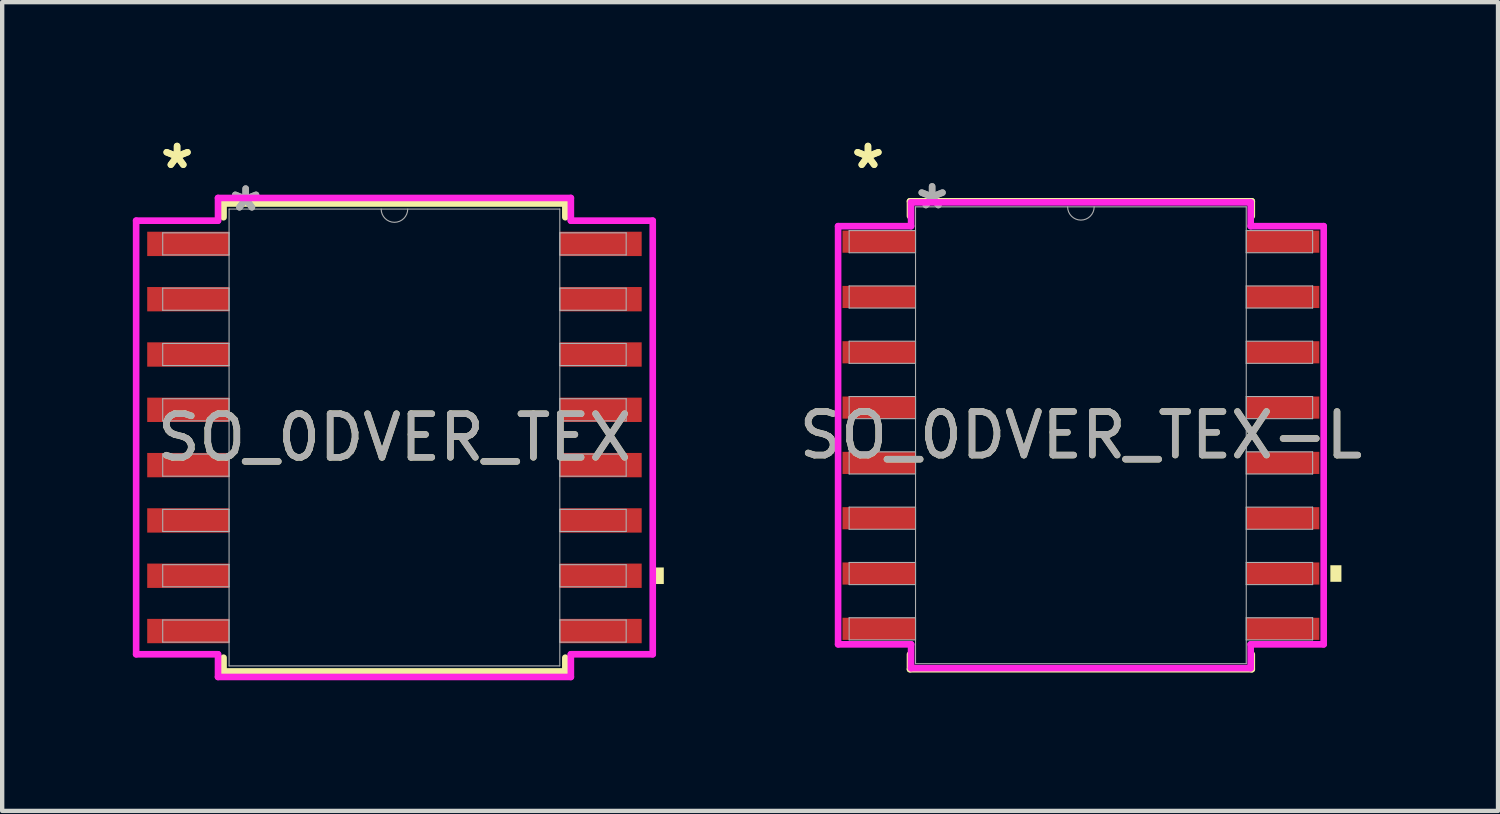
<source format=kicad_pcb>
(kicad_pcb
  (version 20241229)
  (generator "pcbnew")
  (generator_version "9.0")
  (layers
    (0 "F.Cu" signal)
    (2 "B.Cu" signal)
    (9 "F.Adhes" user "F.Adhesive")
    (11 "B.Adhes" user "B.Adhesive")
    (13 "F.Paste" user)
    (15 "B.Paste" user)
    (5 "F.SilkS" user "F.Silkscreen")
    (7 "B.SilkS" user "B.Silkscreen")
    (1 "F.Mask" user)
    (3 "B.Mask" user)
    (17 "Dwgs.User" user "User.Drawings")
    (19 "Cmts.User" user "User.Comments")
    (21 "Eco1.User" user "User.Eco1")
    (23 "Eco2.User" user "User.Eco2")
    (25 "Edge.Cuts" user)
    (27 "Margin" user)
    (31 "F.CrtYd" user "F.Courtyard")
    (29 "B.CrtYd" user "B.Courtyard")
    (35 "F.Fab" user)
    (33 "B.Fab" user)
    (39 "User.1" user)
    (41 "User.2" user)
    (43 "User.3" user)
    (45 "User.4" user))
  (footprint "SO_0DVER_TEX-L"
    (layer "F.Cu")
    (at 21.769 6.944)
    (property "Reference" "SO_0DVER_TEX-L" (at 0 0 0) (unlocked yes) (layer "F.SilkS") (effects (font (size 1 1) (thickness 0.15))))
    (attr smd)
    (fp_line (start -3.924 -5.372) (end -3.924 -5.032) (stroke (width 0.152) (type solid)) (layer "F.SilkS"))
    (fp_line (start -3.924 5.032) (end -3.924 5.372) (stroke (width 0.152) (type solid)) (layer "F.SilkS"))
    (fp_line (start -3.924 5.372) (end 3.924 5.372) (stroke (width 0.152) (type solid)) (layer "F.SilkS"))
    (fp_line (start 3.924 -5.372) (end -3.924 -5.372) (stroke (width 0.152) (type solid)) (layer "F.SilkS"))
    (fp_line (start 3.924 -5.032) (end 3.924 -5.372) (stroke (width 0.152) (type solid)) (layer "F.SilkS"))
    (fp_line (start 3.924 5.372) (end 3.924 5.032) (stroke (width 0.152) (type solid)) (layer "F.SilkS"))
    (fp_poly (pts (xy 5.982 2.985) (xy 5.982 3.365) (xy 5.728 3.365) (xy 5.728 2.985)) (stroke (width 0) (type solid)) (fill yes) (layer "F.SilkS"))
    (fp_line (start -5.575 -4.801) (end -3.899 -4.801) (stroke (width 0.152) (type solid)) (layer "F.CrtYd"))
    (fp_line (start -5.575 4.801) (end -5.575 -4.801) (stroke (width 0.152) (type solid)) (layer "F.CrtYd"))
    (fp_line (start -5.575 4.801) (end -3.899 4.801) (stroke (width 0.152) (type solid)) (layer "F.CrtYd"))
    (fp_line (start -3.899 -5.347) (end 3.899 -5.347) (stroke (width 0.152) (type solid)) (layer "F.CrtYd"))
    (fp_line (start -3.899 -4.801) (end -3.899 -5.347) (stroke (width 0.152) (type solid)) (layer "F.CrtYd"))
    (fp_line (start -3.899 5.347) (end -3.899 4.801) (stroke (width 0.152) (type solid)) (layer "F.CrtYd"))
    (fp_line (start 3.899 -5.347) (end 3.899 -4.801) (stroke (width 0.152) (type solid)) (layer "F.CrtYd"))
    (fp_line (start 3.899 4.801) (end 3.899 5.347) (stroke (width 0.152) (type solid)) (layer "F.CrtYd"))
    (fp_line (start 3.899 5.347) (end -3.899 5.347) (stroke (width 0.152) (type solid)) (layer "F.CrtYd"))
    (fp_line (start 5.575 -4.801) (end 3.899 -4.801) (stroke (width 0.152) (type solid)) (layer "F.CrtYd"))
    (fp_line (start 5.575 -4.801) (end 5.575 4.801) (stroke (width 0.152) (type solid)) (layer "F.CrtYd"))
    (fp_line (start 5.575 4.801) (end 3.899 4.801) (stroke (width 0.152) (type solid)) (layer "F.CrtYd"))
    (fp_line (start -5.321 -4.699) (end -5.321 -4.191) (stroke (width 0.025) (type solid)) (layer "F.Fab"))
    (fp_line (start -5.321 -4.191) (end -3.797 -4.191) (stroke (width 0.025) (type solid)) (layer "F.Fab"))
    (fp_line (start -5.321 -3.429) (end -5.321 -2.921) (stroke (width 0.025) (type solid)) (layer "F.Fab"))
    (fp_line (start -5.321 -2.921) (end -3.797 -2.921) (stroke (width 0.025) (type solid)) (layer "F.Fab"))
    (fp_line (start -5.321 -2.159) (end -5.321 -1.651) (stroke (width 0.025) (type solid)) (layer "F.Fab"))
    (fp_line (start -5.321 -1.651) (end -3.797 -1.651) (stroke (width 0.025) (type solid)) (layer "F.Fab"))
    (fp_line (start -5.321 -0.889) (end -5.321 -0.381) (stroke (width 0.025) (type solid)) (layer "F.Fab"))
    (fp_line (start -5.321 -0.381) (end -3.797 -0.381) (stroke (width 0.025) (type solid)) (layer "F.Fab"))
    (fp_line (start -5.321 0.381) (end -5.321 0.889) (stroke (width 0.025) (type solid)) (layer "F.Fab"))
    (fp_line (start -5.321 0.889) (end -3.797 0.889) (stroke (width 0.025) (type solid)) (layer "F.Fab"))
    (fp_line (start -5.321 1.651) (end -5.321 2.159) (stroke (width 0.025) (type solid)) (layer "F.Fab"))
    (fp_line (start -5.321 2.159) (end -3.797 2.159) (stroke (width 0.025) (type solid)) (layer "F.Fab"))
    (fp_line (start -5.321 2.921) (end -5.321 3.429) (stroke (width 0.025) (type solid)) (layer "F.Fab"))
    (fp_line (start -5.321 3.429) (end -3.797 3.429) (stroke (width 0.025) (type solid)) (layer "F.Fab"))
    (fp_line (start -5.321 4.191) (end -5.321 4.699) (stroke (width 0.025) (type solid)) (layer "F.Fab"))
    (fp_line (start -5.321 4.699) (end -3.797 4.699) (stroke (width 0.025) (type solid)) (layer "F.Fab"))
    (fp_line (start -3.797 -5.245) (end -3.797 5.245) (stroke (width 0.025) (type solid)) (layer "F.Fab"))
    (fp_line (start -3.797 -4.699) (end -5.321 -4.699) (stroke (width 0.025) (type solid)) (layer "F.Fab"))
    (fp_line (start -3.797 -4.191) (end -3.797 -4.699) (stroke (width 0.025) (type solid)) (layer "F.Fab"))
    (fp_line (start -3.797 -3.429) (end -5.321 -3.429) (stroke (width 0.025) (type solid)) (layer "F.Fab"))
    (fp_line (start -3.797 -2.921) (end -3.797 -3.429) (stroke (width 0.025) (type solid)) (layer "F.Fab"))
    (fp_line (start -3.797 -2.159) (end -5.321 -2.159) (stroke (width 0.025) (type solid)) (layer "F.Fab"))
    (fp_line (start -3.797 -1.651) (end -3.797 -2.159) (stroke (width 0.025) (type solid)) (layer "F.Fab"))
    (fp_line (start -3.797 -0.889) (end -5.321 -0.889) (stroke (width 0.025) (type solid)) (layer "F.Fab"))
    (fp_line (start -3.797 -0.381) (end -3.797 -0.889) (stroke (width 0.025) (type solid)) (layer "F.Fab"))
    (fp_line (start -3.797 0.381) (end -5.321 0.381) (stroke (width 0.025) (type solid)) (layer "F.Fab"))
    (fp_line (start -3.797 0.889) (end -3.797 0.381) (stroke (width 0.025) (type solid)) (layer "F.Fab"))
    (fp_line (start -3.797 1.651) (end -5.321 1.651) (stroke (width 0.025) (type solid)) (layer "F.Fab"))
    (fp_line (start -3.797 2.159) (end -3.797 1.651) (stroke (width 0.025) (type solid)) (layer "F.Fab"))
    (fp_line (start -3.797 2.921) (end -5.321 2.921) (stroke (width 0.025) (type solid)) (layer "F.Fab"))
    (fp_line (start -3.797 3.429) (end -3.797 2.921) (stroke (width 0.025) (type solid)) (layer "F.Fab"))
    (fp_line (start -3.797 4.191) (end -5.321 4.191) (stroke (width 0.025) (type solid)) (layer "F.Fab"))
    (fp_line (start -3.797 4.699) (end -3.797 4.191) (stroke (width 0.025) (type solid)) (layer "F.Fab"))
    (fp_line (start -3.797 5.245) (end 3.797 5.245) (stroke (width 0.025) (type solid)) (layer "F.Fab"))
    (fp_line (start 3.797 -5.245) (end -3.797 -5.245) (stroke (width 0.025) (type solid)) (layer "F.Fab"))
    (fp_line (start 3.797 -4.699) (end 3.797 -4.191) (stroke (width 0.025) (type solid)) (layer "F.Fab"))
    (fp_line (start 3.797 -4.191) (end 5.321 -4.191) (stroke (width 0.025) (type solid)) (layer "F.Fab"))
    (fp_line (start 3.797 -3.429) (end 3.797 -2.921) (stroke (width 0.025) (type solid)) (layer "F.Fab"))
    (fp_line (start 3.797 -2.921) (end 5.321 -2.921) (stroke (width 0.025) (type solid)) (layer "F.Fab"))
    (fp_line (start 3.797 -2.159) (end 3.797 -1.651) (stroke (width 0.025) (type solid)) (layer "F.Fab"))
    (fp_line (start 3.797 -1.651) (end 5.321 -1.651) (stroke (width 0.025) (type solid)) (layer "F.Fab"))
    (fp_line (start 3.797 -0.889) (end 3.797 -0.381) (stroke (width 0.025) (type solid)) (layer "F.Fab"))
    (fp_line (start 3.797 -0.381) (end 5.321 -0.381) (stroke (width 0.025) (type solid)) (layer "F.Fab"))
    (fp_line (start 3.797 0.381) (end 3.797 0.889) (stroke (width 0.025) (type solid)) (layer "F.Fab"))
    (fp_line (start 3.797 0.889) (end 5.321 0.889) (stroke (width 0.025) (type solid)) (layer "F.Fab"))
    (fp_line (start 3.797 1.651) (end 3.797 2.159) (stroke (width 0.025) (type solid)) (layer "F.Fab"))
    (fp_line (start 3.797 2.159) (end 5.321 2.159) (stroke (width 0.025) (type solid)) (layer "F.Fab"))
    (fp_line (start 3.797 2.921) (end 3.797 3.429) (stroke (width 0.025) (type solid)) (layer "F.Fab"))
    (fp_line (start 3.797 3.429) (end 5.321 3.429) (stroke (width 0.025) (type solid)) (layer "F.Fab"))
    (fp_line (start 3.797 4.191) (end 3.797 4.699) (stroke (width 0.025) (type solid)) (layer "F.Fab"))
    (fp_line (start 3.797 4.699) (end 5.321 4.699) (stroke (width 0.025) (type solid)) (layer "F.Fab"))
    (fp_line (start 3.797 5.245) (end 3.797 -5.245) (stroke (width 0.025) (type solid)) (layer "F.Fab"))
    (fp_line (start 5.321 -4.699) (end 3.797 -4.699) (stroke (width 0.025) (type solid)) (layer "F.Fab"))
    (fp_line (start 5.321 -4.191) (end 5.321 -4.699) (stroke (width 0.025) (type solid)) (layer "F.Fab"))
    (fp_line (start 5.321 -3.429) (end 3.797 -3.429) (stroke (width 0.025) (type solid)) (layer "F.Fab"))
    (fp_line (start 5.321 -2.921) (end 5.321 -3.429) (stroke (width 0.025) (type solid)) (layer "F.Fab"))
    (fp_line (start 5.321 -2.159) (end 3.797 -2.159) (stroke (width 0.025) (type solid)) (layer "F.Fab"))
    (fp_line (start 5.321 -1.651) (end 5.321 -2.159) (stroke (width 0.025) (type solid)) (layer "F.Fab"))
    (fp_line (start 5.321 -0.889) (end 3.797 -0.889) (stroke (width 0.025) (type solid)) (layer "F.Fab"))
    (fp_line (start 5.321 -0.381) (end 5.321 -0.889) (stroke (width 0.025) (type solid)) (layer "F.Fab"))
    (fp_line (start 5.321 0.381) (end 3.797 0.381) (stroke (width 0.025) (type solid)) (layer "F.Fab"))
    (fp_line (start 5.321 0.889) (end 5.321 0.381) (stroke (width 0.025) (type solid)) (layer "F.Fab"))
    (fp_line (start 5.321 1.651) (end 3.797 1.651) (stroke (width 0.025) (type solid)) (layer "F.Fab"))
    (fp_line (start 5.321 2.159) (end 5.321 1.651) (stroke (width 0.025) (type solid)) (layer "F.Fab"))
    (fp_line (start 5.321 2.921) (end 3.797 2.921) (stroke (width 0.025) (type solid)) (layer "F.Fab"))
    (fp_line (start 5.321 3.429) (end 5.321 2.921) (stroke (width 0.025) (type solid)) (layer "F.Fab"))
    (fp_line (start 5.321 4.191) (end 3.797 4.191) (stroke (width 0.025) (type solid)) (layer "F.Fab"))
    (fp_line (start 5.321 4.699) (end 5.321 4.191) (stroke (width 0.025) (type solid)) (layer "F.Fab"))
    (fp_arc (start 0.3048 -5.2451) (mid 0 -4.9403) (end -0.3048 -5.2451) (stroke (width 0.0254) (type solid)) (layer "F.Fab"))
    (fp_text user "*" (at -4.889 -6.096 0) (layer "F.SilkS") (effects (font (size 1 1) (thickness 0.15))))
    (fp_text user "*" (at -4.889 -6.096 0) (unlocked yes) (layer "F.SilkS") (effects (font (size 1 1) (thickness 0.15))))
    (fp_text user "${REFERENCE}" (at 0 0 0) (unlocked yes) (layer "F.Fab") (effects (font (size 1 1) (thickness 0.15))))
    (fp_text user "*" (at -3.416 -5.169 0) (unlocked yes) (layer "F.Fab") (effects (font (size 1 1) (thickness 0.15))))
    (fp_text user "*" (at -3.416 -5.169 0) (layer "F.Fab") (effects (font (size 1 1) (thickness 0.15))))
    (pad "1" smd rect (at -4.636 -4.445) (size 1.676 0.508) (layers "F.Cu" "F.Mask" "F.Paste"))
    (pad "2" smd rect (at -4.636 -3.175) (size 1.676 0.508) (layers "F.Cu" "F.Mask" "F.Paste"))
    (pad "3" smd rect (at -4.636 -1.905) (size 1.676 0.508) (layers "F.Cu" "F.Mask" "F.Paste"))
    (pad "4" smd rect (at -4.636 -0.635) (size 1.676 0.508) (layers "F.Cu" "F.Mask" "F.Paste"))
    (pad "5" smd rect (at -4.636 0.635) (size 1.676 0.508) (layers "F.Cu" "F.Mask" "F.Paste"))
    (pad "6" smd rect (at -4.636 1.905) (size 1.676 0.508) (layers "F.Cu" "F.Mask" "F.Paste"))
    (pad "7" smd rect (at -4.636 3.175) (size 1.676 0.508) (layers "F.Cu" "F.Mask" "F.Paste"))
    (pad "8" smd rect (at -4.636 4.445) (size 1.676 0.508) (layers "F.Cu" "F.Mask" "F.Paste"))
    (pad "9" smd rect (at 4.636 4.445) (size 1.676 0.508) (layers "F.Cu" "F.Mask" "F.Paste"))
    (pad "10" smd rect (at 4.636 3.175) (size 1.676 0.508) (layers "F.Cu" "F.Mask" "F.Paste"))
    (pad "11" smd rect (at 4.636 1.905) (size 1.676 0.508) (layers "F.Cu" "F.Mask" "F.Paste"))
    (pad "12" smd rect (at 4.636 0.635) (size 1.676 0.508) (layers "F.Cu" "F.Mask" "F.Paste"))
    (pad "13" smd rect (at 4.636 -0.635) (size 1.676 0.508) (layers "F.Cu" "F.Mask" "F.Paste"))
    (pad "14" smd rect (at 4.636 -1.905) (size 1.676 0.508) (layers "F.Cu" "F.Mask" "F.Paste"))
    (pad "15" smd rect (at 4.636 -3.175) (size 1.676 0.508) (layers "F.Cu" "F.Mask" "F.Paste"))
    (pad "16" smd rect (at 4.636 -4.445) (size 1.676 0.508) (layers "F.Cu" "F.Mask" "F.Paste")))
  (footprint "SO_0DVER_TEX"
    (layer "F.Cu")
    (at 6.007 6.995)
    (property "Reference" "SO_0DVER_TEX" (at 0 0 0) (unlocked yes) (layer "F.SilkS") (effects (font (size 1 1) (thickness 0.15))))
    (attr smd)
    (fp_line (start -3.924 -5.372) (end -3.924 -5.057) (stroke (width 0.152) (type solid)) (layer "F.SilkS"))
    (fp_line (start -3.924 5.057) (end -3.924 5.372) (stroke (width 0.152) (type solid)) (layer "F.SilkS"))
    (fp_line (start -3.924 5.372) (end 3.924 5.372) (stroke (width 0.152) (type solid)) (layer "F.SilkS"))
    (fp_line (start 3.924 -5.372) (end -3.924 -5.372) (stroke (width 0.152) (type solid)) (layer "F.SilkS"))
    (fp_line (start 3.924 -5.057) (end 3.924 -5.372) (stroke (width 0.152) (type solid)) (layer "F.SilkS"))
    (fp_line (start 3.924 5.372) (end 3.924 5.057) (stroke (width 0.152) (type solid)) (layer "F.SilkS"))
    (fp_poly (pts (xy 6.185 2.985) (xy 6.185 3.365) (xy 5.931 3.365) (xy 5.931 2.985)) (stroke (width 0) (type solid)) (fill yes) (layer "F.SilkS"))
    (fp_line (start -5.931 -4.978) (end -4.051 -4.978) (stroke (width 0.152) (type solid)) (layer "F.CrtYd"))
    (fp_line (start -5.931 4.978) (end -5.931 -4.978) (stroke (width 0.152) (type solid)) (layer "F.CrtYd"))
    (fp_line (start -5.931 4.978) (end -4.051 4.978) (stroke (width 0.152) (type solid)) (layer "F.CrtYd"))
    (fp_line (start -4.051 -5.499) (end 4.051 -5.499) (stroke (width 0.152) (type solid)) (layer "F.CrtYd"))
    (fp_line (start -4.051 -4.978) (end -4.051 -5.499) (stroke (width 0.152) (type solid)) (layer "F.CrtYd"))
    (fp_line (start -4.051 5.499) (end -4.051 4.978) (stroke (width 0.152) (type solid)) (layer "F.CrtYd"))
    (fp_line (start 4.051 -5.499) (end 4.051 -4.978) (stroke (width 0.152) (type solid)) (layer "F.CrtYd"))
    (fp_line (start 4.051 4.978) (end 4.051 5.499) (stroke (width 0.152) (type solid)) (layer "F.CrtYd"))
    (fp_line (start 4.051 5.499) (end -4.051 5.499) (stroke (width 0.152) (type solid)) (layer "F.CrtYd"))
    (fp_line (start 5.931 -4.978) (end 4.051 -4.978) (stroke (width 0.152) (type solid)) (layer "F.CrtYd"))
    (fp_line (start 5.931 -4.978) (end 5.931 4.978) (stroke (width 0.152) (type solid)) (layer "F.CrtYd"))
    (fp_line (start 5.931 4.978) (end 4.051 4.978) (stroke (width 0.152) (type solid)) (layer "F.CrtYd"))
    (fp_line (start -5.321 -4.699) (end -5.321 -4.191) (stroke (width 0.025) (type solid)) (layer "F.Fab"))
    (fp_line (start -5.321 -4.191) (end -3.797 -4.191) (stroke (width 0.025) (type solid)) (layer "F.Fab"))
    (fp_line (start -5.321 -3.429) (end -5.321 -2.921) (stroke (width 0.025) (type solid)) (layer "F.Fab"))
    (fp_line (start -5.321 -2.921) (end -3.797 -2.921) (stroke (width 0.025) (type solid)) (layer "F.Fab"))
    (fp_line (start -5.321 -2.159) (end -5.321 -1.651) (stroke (width 0.025) (type solid)) (layer "F.Fab"))
    (fp_line (start -5.321 -1.651) (end -3.797 -1.651) (stroke (width 0.025) (type solid)) (layer "F.Fab"))
    (fp_line (start -5.321 -0.889) (end -5.321 -0.381) (stroke (width 0.025) (type solid)) (layer "F.Fab"))
    (fp_line (start -5.321 -0.381) (end -3.797 -0.381) (stroke (width 0.025) (type solid)) (layer "F.Fab"))
    (fp_line (start -5.321 0.381) (end -5.321 0.889) (stroke (width 0.025) (type solid)) (layer "F.Fab"))
    (fp_line (start -5.321 0.889) (end -3.797 0.889) (stroke (width 0.025) (type solid)) (layer "F.Fab"))
    (fp_line (start -5.321 1.651) (end -5.321 2.159) (stroke (width 0.025) (type solid)) (layer "F.Fab"))
    (fp_line (start -5.321 2.159) (end -3.797 2.159) (stroke (width 0.025) (type solid)) (layer "F.Fab"))
    (fp_line (start -5.321 2.921) (end -5.321 3.429) (stroke (width 0.025) (type solid)) (layer "F.Fab"))
    (fp_line (start -5.321 3.429) (end -3.797 3.429) (stroke (width 0.025) (type solid)) (layer "F.Fab"))
    (fp_line (start -5.321 4.191) (end -5.321 4.699) (stroke (width 0.025) (type solid)) (layer "F.Fab"))
    (fp_line (start -5.321 4.699) (end -3.797 4.699) (stroke (width 0.025) (type solid)) (layer "F.Fab"))
    (fp_line (start -3.797 -5.245) (end -3.797 5.245) (stroke (width 0.025) (type solid)) (layer "F.Fab"))
    (fp_line (start -3.797 -4.699) (end -5.321 -4.699) (stroke (width 0.025) (type solid)) (layer "F.Fab"))
    (fp_line (start -3.797 -4.191) (end -3.797 -4.699) (stroke (width 0.025) (type solid)) (layer "F.Fab"))
    (fp_line (start -3.797 -3.429) (end -5.321 -3.429) (stroke (width 0.025) (type solid)) (layer "F.Fab"))
    (fp_line (start -3.797 -2.921) (end -3.797 -3.429) (stroke (width 0.025) (type solid)) (layer "F.Fab"))
    (fp_line (start -3.797 -2.159) (end -5.321 -2.159) (stroke (width 0.025) (type solid)) (layer "F.Fab"))
    (fp_line (start -3.797 -1.651) (end -3.797 -2.159) (stroke (width 0.025) (type solid)) (layer "F.Fab"))
    (fp_line (start -3.797 -0.889) (end -5.321 -0.889) (stroke (width 0.025) (type solid)) (layer "F.Fab"))
    (fp_line (start -3.797 -0.381) (end -3.797 -0.889) (stroke (width 0.025) (type solid)) (layer "F.Fab"))
    (fp_line (start -3.797 0.381) (end -5.321 0.381) (stroke (width 0.025) (type solid)) (layer "F.Fab"))
    (fp_line (start -3.797 0.889) (end -3.797 0.381) (stroke (width 0.025) (type solid)) (layer "F.Fab"))
    (fp_line (start -3.797 1.651) (end -5.321 1.651) (stroke (width 0.025) (type solid)) (layer "F.Fab"))
    (fp_line (start -3.797 2.159) (end -3.797 1.651) (stroke (width 0.025) (type solid)) (layer "F.Fab"))
    (fp_line (start -3.797 2.921) (end -5.321 2.921) (stroke (width 0.025) (type solid)) (layer "F.Fab"))
    (fp_line (start -3.797 3.429) (end -3.797 2.921) (stroke (width 0.025) (type solid)) (layer "F.Fab"))
    (fp_line (start -3.797 4.191) (end -5.321 4.191) (stroke (width 0.025) (type solid)) (layer "F.Fab"))
    (fp_line (start -3.797 4.699) (end -3.797 4.191) (stroke (width 0.025) (type solid)) (layer "F.Fab"))
    (fp_line (start -3.797 5.245) (end 3.797 5.245) (stroke (width 0.025) (type solid)) (layer "F.Fab"))
    (fp_line (start 3.797 -5.245) (end -3.797 -5.245) (stroke (width 0.025) (type solid)) (layer "F.Fab"))
    (fp_line (start 3.797 -4.699) (end 3.797 -4.191) (stroke (width 0.025) (type solid)) (layer "F.Fab"))
    (fp_line (start 3.797 -4.191) (end 5.321 -4.191) (stroke (width 0.025) (type solid)) (layer "F.Fab"))
    (fp_line (start 3.797 -3.429) (end 3.797 -2.921) (stroke (width 0.025) (type solid)) (layer "F.Fab"))
    (fp_line (start 3.797 -2.921) (end 5.321 -2.921) (stroke (width 0.025) (type solid)) (layer "F.Fab"))
    (fp_line (start 3.797 -2.159) (end 3.797 -1.651) (stroke (width 0.025) (type solid)) (layer "F.Fab"))
    (fp_line (start 3.797 -1.651) (end 5.321 -1.651) (stroke (width 0.025) (type solid)) (layer "F.Fab"))
    (fp_line (start 3.797 -0.889) (end 3.797 -0.381) (stroke (width 0.025) (type solid)) (layer "F.Fab"))
    (fp_line (start 3.797 -0.381) (end 5.321 -0.381) (stroke (width 0.025) (type solid)) (layer "F.Fab"))
    (fp_line (start 3.797 0.381) (end 3.797 0.889) (stroke (width 0.025) (type solid)) (layer "F.Fab"))
    (fp_line (start 3.797 0.889) (end 5.321 0.889) (stroke (width 0.025) (type solid)) (layer "F.Fab"))
    (fp_line (start 3.797 1.651) (end 3.797 2.159) (stroke (width 0.025) (type solid)) (layer "F.Fab"))
    (fp_line (start 3.797 2.159) (end 5.321 2.159) (stroke (width 0.025) (type solid)) (layer "F.Fab"))
    (fp_line (start 3.797 2.921) (end 3.797 3.429) (stroke (width 0.025) (type solid)) (layer "F.Fab"))
    (fp_line (start 3.797 3.429) (end 5.321 3.429) (stroke (width 0.025) (type solid)) (layer "F.Fab"))
    (fp_line (start 3.797 4.191) (end 3.797 4.699) (stroke (width 0.025) (type solid)) (layer "F.Fab"))
    (fp_line (start 3.797 4.699) (end 5.321 4.699) (stroke (width 0.025) (type solid)) (layer "F.Fab"))
    (fp_line (start 3.797 5.245) (end 3.797 -5.245) (stroke (width 0.025) (type solid)) (layer "F.Fab"))
    (fp_line (start 5.321 -4.699) (end 3.797 -4.699) (stroke (width 0.025) (type solid)) (layer "F.Fab"))
    (fp_line (start 5.321 -4.191) (end 5.321 -4.699) (stroke (width 0.025) (type solid)) (layer "F.Fab"))
    (fp_line (start 5.321 -3.429) (end 3.797 -3.429) (stroke (width 0.025) (type solid)) (layer "F.Fab"))
    (fp_line (start 5.321 -2.921) (end 5.321 -3.429) (stroke (width 0.025) (type solid)) (layer "F.Fab"))
    (fp_line (start 5.321 -2.159) (end 3.797 -2.159) (stroke (width 0.025) (type solid)) (layer "F.Fab"))
    (fp_line (start 5.321 -1.651) (end 5.321 -2.159) (stroke (width 0.025) (type solid)) (layer "F.Fab"))
    (fp_line (start 5.321 -0.889) (end 3.797 -0.889) (stroke (width 0.025) (type solid)) (layer "F.Fab"))
    (fp_line (start 5.321 -0.381) (end 5.321 -0.889) (stroke (width 0.025) (type solid)) (layer "F.Fab"))
    (fp_line (start 5.321 0.381) (end 3.797 0.381) (stroke (width 0.025) (type solid)) (layer "F.Fab"))
    (fp_line (start 5.321 0.889) (end 5.321 0.381) (stroke (width 0.025) (type solid)) (layer "F.Fab"))
    (fp_line (start 5.321 1.651) (end 3.797 1.651) (stroke (width 0.025) (type solid)) (layer "F.Fab"))
    (fp_line (start 5.321 2.159) (end 5.321 1.651) (stroke (width 0.025) (type solid)) (layer "F.Fab"))
    (fp_line (start 5.321 2.921) (end 3.797 2.921) (stroke (width 0.025) (type solid)) (layer "F.Fab"))
    (fp_line (start 5.321 3.429) (end 5.321 2.921) (stroke (width 0.025) (type solid)) (layer "F.Fab"))
    (fp_line (start 5.321 4.191) (end 3.797 4.191) (stroke (width 0.025) (type solid)) (layer "F.Fab"))
    (fp_line (start 5.321 4.699) (end 5.321 4.191) (stroke (width 0.025) (type solid)) (layer "F.Fab"))
    (fp_arc (start 0.3048 -5.2451) (mid 0 -4.9403) (end -0.3048 -5.2451) (stroke (width 0.0254) (type solid)) (layer "F.Fab"))
    (fp_text user "*" (at -4.991 -6.147 0) (layer "F.SilkS") (effects (font (size 1 1) (thickness 0.15))))
    (fp_text user "*" (at -4.991 -6.147 0) (unlocked yes) (layer "F.SilkS") (effects (font (size 1 1) (thickness 0.15))))
    (fp_text user "${REFERENCE}" (at 0 0 0) (unlocked yes) (layer "F.Fab") (effects (font (size 1 1) (thickness 0.15))))
    (fp_text user "*" (at -3.416 -5.169 0) (layer "F.Fab") (effects (font (size 1 1) (thickness 0.15))))
    (fp_text user "*" (at -3.416 -5.169 0) (unlocked yes) (layer "F.Fab") (effects (font (size 1 1) (thickness 0.15))))
    (pad "1" smd rect (at -4.737 -4.445) (size 1.88 0.559) (layers "F.Cu" "F.Mask" "F.Paste"))
    (pad "2" smd rect (at -4.737 -3.175) (size 1.88 0.559) (layers "F.Cu" "F.Mask" "F.Paste"))
    (pad "3" smd rect (at -4.737 -1.905) (size 1.88 0.559) (layers "F.Cu" "F.Mask" "F.Paste"))
    (pad "4" smd rect (at -4.737 -0.635) (size 1.88 0.559) (layers "F.Cu" "F.Mask" "F.Paste"))
    (pad "5" smd rect (at -4.737 0.635) (size 1.88 0.559) (layers "F.Cu" "F.Mask" "F.Paste"))
    (pad "6" smd rect (at -4.737 1.905) (size 1.88 0.559) (layers "F.Cu" "F.Mask" "F.Paste"))
    (pad "7" smd rect (at -4.737 3.175) (size 1.88 0.559) (layers "F.Cu" "F.Mask" "F.Paste"))
    (pad "8" smd rect (at -4.737 4.445) (size 1.88 0.559) (layers "F.Cu" "F.Mask" "F.Paste"))
    (pad "9" smd rect (at 4.737 4.445) (size 1.88 0.559) (layers "F.Cu" "F.Mask" "F.Paste"))
    (pad "10" smd rect (at 4.737 3.175) (size 1.88 0.559) (layers "F.Cu" "F.Mask" "F.Paste"))
    (pad "11" smd rect (at 4.737 1.905) (size 1.88 0.559) (layers "F.Cu" "F.Mask" "F.Paste"))
    (pad "12" smd rect (at 4.737 0.635) (size 1.88 0.559) (layers "F.Cu" "F.Mask" "F.Paste"))
    (pad "13" smd rect (at 4.737 -0.635) (size 1.88 0.559) (layers "F.Cu" "F.Mask" "F.Paste"))
    (pad "14" smd rect (at 4.737 -1.905) (size 1.88 0.559) (layers "F.Cu" "F.Mask" "F.Paste"))
    (pad "15" smd rect (at 4.737 -3.175) (size 1.88 0.559) (layers "F.Cu" "F.Mask" "F.Paste"))
    (pad "16" smd rect (at 4.737 -4.445) (size 1.88 0.559) (layers "F.Cu" "F.Mask" "F.Paste")))
  (gr_rect
    (start -3 -3)
    (end 31.347 15.57)
    (stroke (width 0.1) (type default))
    (fill no)
    (layer "Edge.Cuts")))
</source>
